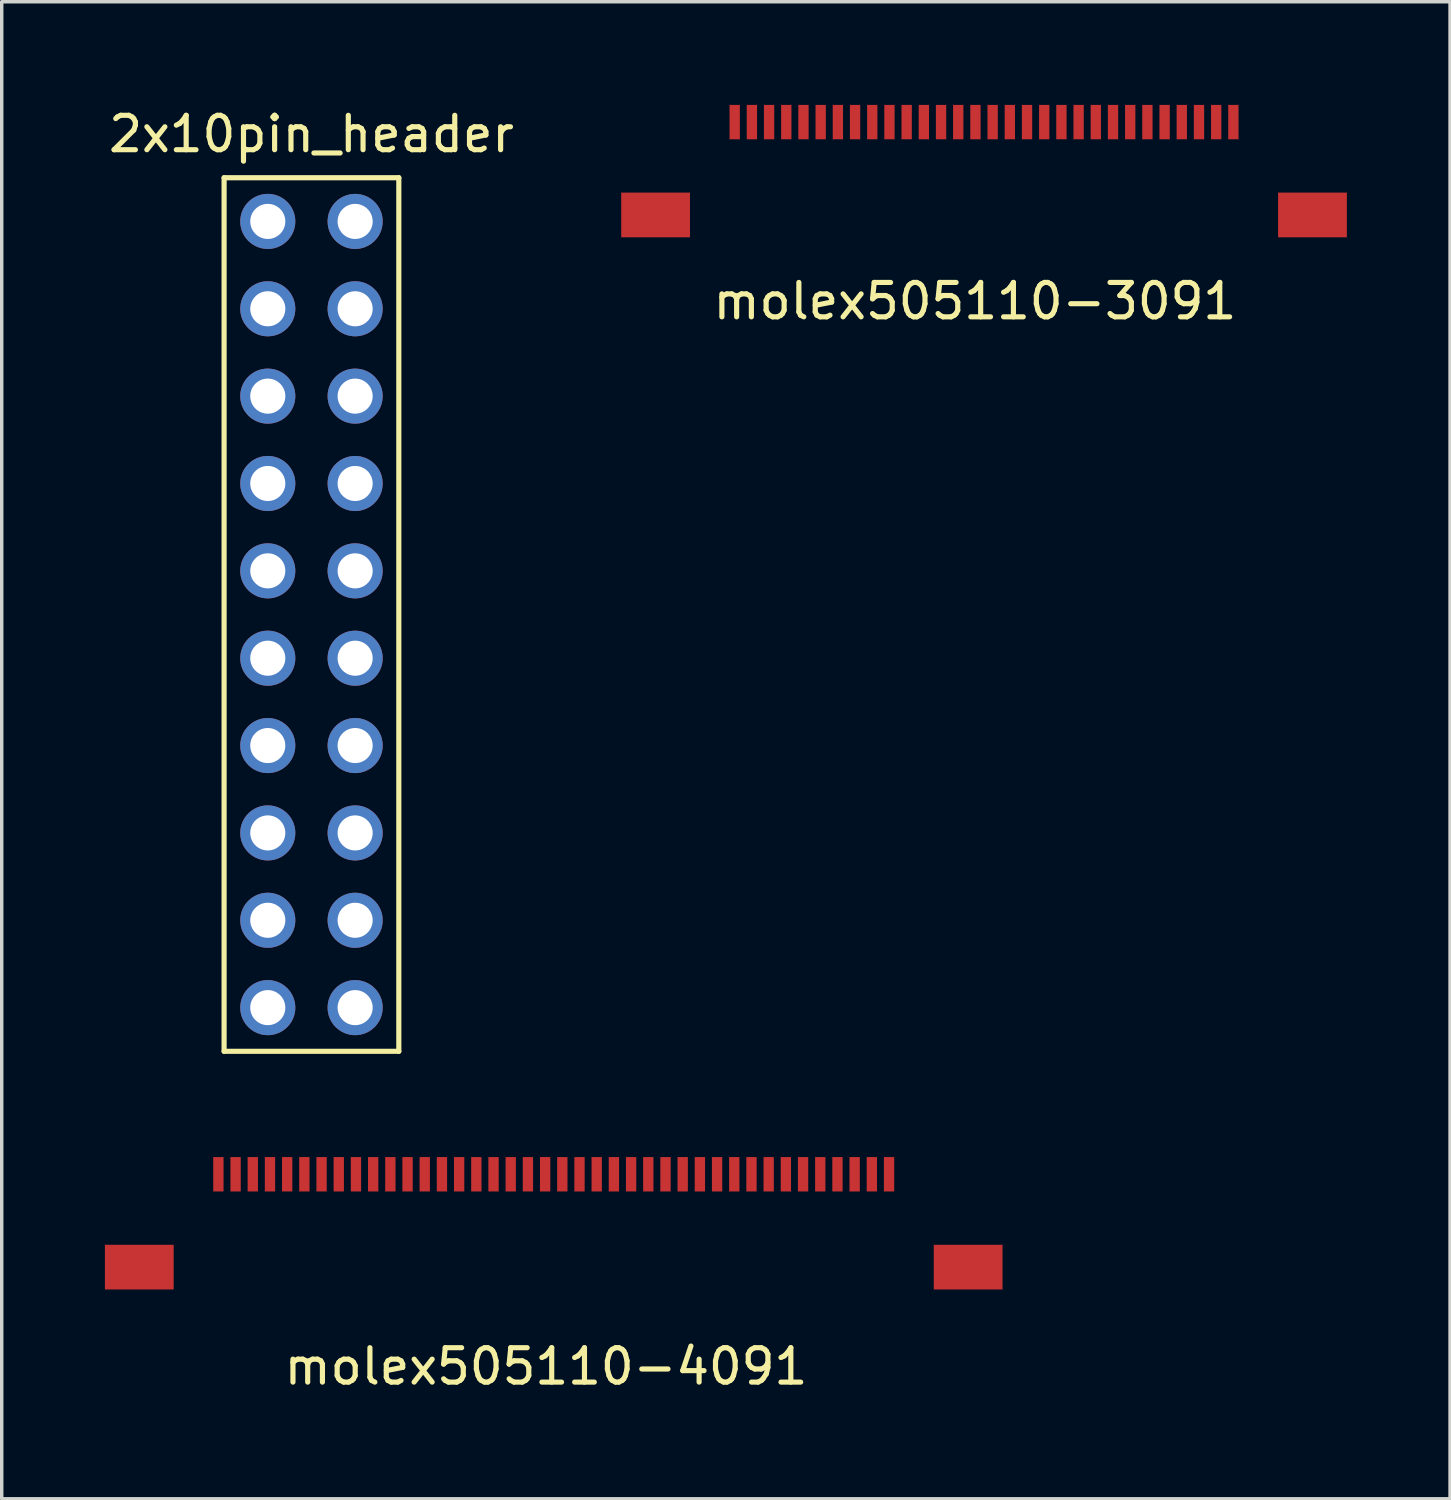
<source format=kicad_pcb>
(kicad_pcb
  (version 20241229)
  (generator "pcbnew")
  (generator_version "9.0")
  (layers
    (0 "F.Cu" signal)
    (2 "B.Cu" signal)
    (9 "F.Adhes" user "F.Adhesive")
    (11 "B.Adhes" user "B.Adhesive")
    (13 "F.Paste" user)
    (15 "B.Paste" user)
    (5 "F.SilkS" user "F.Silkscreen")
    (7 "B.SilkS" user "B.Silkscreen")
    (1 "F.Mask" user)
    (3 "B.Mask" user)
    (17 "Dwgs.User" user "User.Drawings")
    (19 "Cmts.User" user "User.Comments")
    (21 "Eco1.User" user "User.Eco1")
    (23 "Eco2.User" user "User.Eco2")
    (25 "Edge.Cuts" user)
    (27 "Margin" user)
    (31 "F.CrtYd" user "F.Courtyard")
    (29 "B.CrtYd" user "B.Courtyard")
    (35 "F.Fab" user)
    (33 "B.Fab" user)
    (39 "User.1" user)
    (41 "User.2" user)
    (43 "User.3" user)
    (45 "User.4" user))
  (footprint "molex505110-4091"
    (layer "F.Cu")
    (at 12.825 31.093)
    (property "Reference" "molex505110-4091" (at 0 5.588 0) (layer "F.SilkS") (effects (font (size 1 1) (thickness 0.15))))
    (attr through_hole)
    (pad "1" smd rect (at -9.525 0) (size 0.3 1) (layers "F.Cu" "F.Mask" "F.Paste"))
    (pad "2" smd rect (at -9.025 0) (size 0.3 1) (layers "F.Cu" "F.Mask" "F.Paste"))
    (pad "3" smd rect (at -8.525 0) (size 0.3 1) (layers "F.Cu" "F.Mask" "F.Paste"))
    (pad "4" smd rect (at -8.025 0) (size 0.3 1) (layers "F.Cu" "F.Mask" "F.Paste"))
    (pad "5" smd rect (at -7.525 0) (size 0.3 1) (layers "F.Cu" "F.Mask" "F.Paste"))
    (pad "6" smd rect (at -7.025 0) (size 0.3 1) (layers "F.Cu" "F.Mask" "F.Paste"))
    (pad "7" smd rect (at -6.525 0) (size 0.3 1) (layers "F.Cu" "F.Mask" "F.Paste"))
    (pad "8" smd rect (at -6.025 0) (size 0.3 1) (layers "F.Cu" "F.Mask" "F.Paste"))
    (pad "9" smd rect (at -5.525 0) (size 0.3 1) (layers "F.Cu" "F.Mask" "F.Paste"))
    (pad "10" smd rect (at -5.025 0) (size 0.3 1) (layers "F.Cu" "F.Mask" "F.Paste"))
    (pad "11" smd rect (at -4.525 0) (size 0.3 1) (layers "F.Cu" "F.Mask" "F.Paste"))
    (pad "12" smd rect (at -4.025 0) (size 0.3 1) (layers "F.Cu" "F.Mask" "F.Paste"))
    (pad "13" smd rect (at -3.525 0) (size 0.3 1) (layers "F.Cu" "F.Mask" "F.Paste"))
    (pad "14" smd rect (at -3.025 0) (size 0.3 1) (layers "F.Cu" "F.Mask" "F.Paste"))
    (pad "15" smd rect (at -2.525 0) (size 0.3 1) (layers "F.Cu" "F.Mask" "F.Paste"))
    (pad "16" smd rect (at -2.025 0) (size 0.3 1) (layers "F.Cu" "F.Mask" "F.Paste"))
    (pad "17" smd rect (at -1.525 0) (size 0.3 1) (layers "F.Cu" "F.Mask" "F.Paste"))
    (pad "18" smd rect (at -1.025 0) (size 0.3 1) (layers "F.Cu" "F.Mask" "F.Paste"))
    (pad "19" smd rect (at -0.525 0) (size 0.3 1) (layers "F.Cu" "F.Mask" "F.Paste"))
    (pad "20" smd rect (at -0.025 0) (size 0.3 1) (layers "F.Cu" "F.Mask" "F.Paste"))
    (pad "21" smd rect (at 0.475 0) (size 0.3 1) (layers "F.Cu" "F.Mask" "F.Paste"))
    (pad "22" smd rect (at 0.975 0) (size 0.3 1) (layers "F.Cu" "F.Mask" "F.Paste"))
    (pad "23" smd rect (at 1.475 0) (size 0.3 1) (layers "F.Cu" "F.Mask" "F.Paste"))
    (pad "24" smd rect (at 1.975 0) (size 0.3 1) (layers "F.Cu" "F.Mask" "F.Paste"))
    (pad "25" smd rect (at 2.475 0) (size 0.3 1) (layers "F.Cu" "F.Mask" "F.Paste"))
    (pad "26" smd rect (at 2.975 0) (size 0.3 1) (layers "F.Cu" "F.Mask" "F.Paste"))
    (pad "27" smd rect (at 3.475 0) (size 0.3 1) (layers "F.Cu" "F.Mask" "F.Paste"))
    (pad "28" smd rect (at 3.975 0) (size 0.3 1) (layers "F.Cu" "F.Mask" "F.Paste"))
    (pad "29" smd rect (at 4.475 0) (size 0.3 1) (layers "F.Cu" "F.Mask" "F.Paste"))
    (pad "30" smd rect (at 4.975 0) (size 0.3 1) (layers "F.Cu" "F.Mask" "F.Paste"))
    (pad "31" smd rect (at 5.475 0) (size 0.3 1) (layers "F.Cu" "F.Mask" "F.Paste"))
    (pad "32" smd rect (at 5.975 0) (size 0.3 1) (layers "F.Cu" "F.Mask" "F.Paste"))
    (pad "33" smd rect (at 6.475 0) (size 0.3 1) (layers "F.Cu" "F.Mask" "F.Paste"))
    (pad "34" smd rect (at 6.975 0) (size 0.3 1) (layers "F.Cu" "F.Mask" "F.Paste"))
    (pad "35" smd rect (at 7.475 0) (size 0.3 1) (layers "F.Cu" "F.Mask" "F.Paste"))
    (pad "36" smd rect (at 7.975 0) (size 0.3 1) (layers "F.Cu" "F.Mask" "F.Paste"))
    (pad "37" smd rect (at 8.475 0) (size 0.3 1) (layers "F.Cu" "F.Mask" "F.Paste"))
    (pad "38" smd rect (at 8.975 0) (size 0.3 1) (layers "F.Cu" "F.Mask" "F.Paste"))
    (pad "39" smd rect (at 9.475 0) (size 0.3 1) (layers "F.Cu" "F.Mask" "F.Paste"))
    (pad "40" smd rect (at 9.975 0) (size 0.3 1) (layers "F.Cu" "F.Mask" "F.Paste"))
    (pad "41" smd rect (at -11.825 2.7) (size 2 1.3) (layers "F.Cu" "F.Mask" "F.Paste"))
    (pad "42" smd rect (at 12.275 2.7) (size 2 1.3) (layers "F.Cu" "F.Mask" "F.Paste")))
  (footprint "2x10pin_header"
    (layer "F.Cu")
    (at 6.006 14.818)
    (property "Reference" "2x10pin_header" (at 0 -13.97 0) (layer "F.SilkS") (effects (font (size 1 1) (thickness 0.15))))
    (attr through_hole)
    (fp_line (start -2.54 -12.7) (end 2.54 -12.7) (stroke (width 0.15) (type solid)) (layer "F.SilkS"))
    (fp_line (start -2.54 12.7) (end -2.54 -12.7) (stroke (width 0.15) (type solid)) (layer "F.SilkS"))
    (fp_line (start 2.54 -12.7) (end 2.54 12.7) (stroke (width 0.15) (type solid)) (layer "F.SilkS"))
    (fp_line (start 2.54 12.7) (end -2.54 12.7) (stroke (width 0.15) (type solid)) (layer "F.SilkS"))
    (pad "1" thru_hole circle (at -1.27 -11.43) (size 1.602 1.602) (drill 1.02) (layers "*.Cu" "*.Mask"))
    (pad "2" thru_hole circle (at 1.27 -11.43) (size 1.602 1.602) (drill 1.02) (layers "*.Cu" "*.Mask"))
    (pad "3" thru_hole circle (at -1.27 -8.89) (size 1.602 1.602) (drill 1.02) (layers "*.Cu" "*.Mask"))
    (pad "4" thru_hole circle (at 1.27 -8.89) (size 1.602 1.602) (drill 1.02) (layers "*.Cu" "*.Mask"))
    (pad "5" thru_hole circle (at -1.27 -6.35) (size 1.602 1.602) (drill 1.02) (layers "*.Cu" "*.Mask"))
    (pad "6" thru_hole circle (at 1.27 -6.35) (size 1.602 1.602) (drill 1.02) (layers "*.Cu" "*.Mask"))
    (pad "7" thru_hole circle (at -1.27 -3.81) (size 1.602 1.602) (drill 1.02) (layers "*.Cu" "*.Mask"))
    (pad "8" thru_hole circle (at 1.27 -3.81) (size 1.602 1.602) (drill 1.02) (layers "*.Cu" "*.Mask"))
    (pad "9" thru_hole circle (at -1.27 -1.27) (size 1.602 1.602) (drill 1.02) (layers "*.Cu" "*.Mask"))
    (pad "10" thru_hole circle (at 1.27 -1.27) (size 1.602 1.602) (drill 1.02) (layers "*.Cu" "*.Mask"))
    (pad "11" thru_hole circle (at -1.27 1.27) (size 1.602 1.602) (drill 1.02) (layers "*.Cu" "*.Mask"))
    (pad "12" thru_hole circle (at 1.27 1.27) (size 1.602 1.602) (drill 1.02) (layers "*.Cu" "*.Mask"))
    (pad "13" thru_hole circle (at -1.27 3.81) (size 1.602 1.602) (drill 1.02) (layers "*.Cu" "*.Mask"))
    (pad "14" thru_hole circle (at 1.27 3.81) (size 1.602 1.602) (drill 1.02) (layers "*.Cu" "*.Mask"))
    (pad "15" thru_hole circle (at -1.27 6.35) (size 1.602 1.602) (drill 1.02) (layers "*.Cu" "*.Mask"))
    (pad "16" thru_hole circle (at 1.27 6.35) (size 1.602 1.602) (drill 1.02) (layers "*.Cu" "*.Mask"))
    (pad "17" thru_hole circle (at -1.27 8.89) (size 1.602 1.602) (drill 1.02) (layers "*.Cu" "*.Mask"))
    (pad "18" thru_hole circle (at 1.27 8.89) (size 1.602 1.602) (drill 1.02) (layers "*.Cu" "*.Mask"))
    (pad "19" thru_hole circle (at -1.27 11.43) (size 1.602 1.602) (drill 1.02) (layers "*.Cu" "*.Mask"))
    (pad "20" thru_hole circle (at 1.27 11.43) (size 1.602 1.602) (drill 1.02) (layers "*.Cu" "*.Mask")))
  (footprint "molex505110-3091"
    (layer "F.Cu")
    (at 25.297 0.5)
    (property "Reference" "molex505110-3091" (at 0 5.207 0) (layer "F.SilkS") (effects (font (size 1 1) (thickness 0.15))))
    (attr through_hole)
    (pad "1" smd rect (at -6.985 0) (size 0.3 1) (layers "F.Cu" "F.Mask" "F.Paste"))
    (pad "2" smd rect (at -6.485 0) (size 0.3 1) (layers "F.Cu" "F.Mask" "F.Paste"))
    (pad "3" smd rect (at -5.985 0) (size 0.3 1) (layers "F.Cu" "F.Mask" "F.Paste"))
    (pad "4" smd rect (at -5.485 0) (size 0.3 1) (layers "F.Cu" "F.Mask" "F.Paste"))
    (pad "5" smd rect (at -4.985 0) (size 0.3 1) (layers "F.Cu" "F.Mask" "F.Paste"))
    (pad "6" smd rect (at -4.485 0) (size 0.3 1) (layers "F.Cu" "F.Mask" "F.Paste"))
    (pad "7" smd rect (at -3.985 0) (size 0.3 1) (layers "F.Cu" "F.Mask" "F.Paste"))
    (pad "8" smd rect (at -3.485 0) (size 0.3 1) (layers "F.Cu" "F.Mask" "F.Paste"))
    (pad "9" smd rect (at -2.985 0) (size 0.3 1) (layers "F.Cu" "F.Mask" "F.Paste"))
    (pad "10" smd rect (at -2.485 0) (size 0.3 1) (layers "F.Cu" "F.Mask" "F.Paste"))
    (pad "11" smd rect (at -1.985 0) (size 0.3 1) (layers "F.Cu" "F.Mask" "F.Paste"))
    (pad "12" smd rect (at -1.485 0) (size 0.3 1) (layers "F.Cu" "F.Mask" "F.Paste"))
    (pad "13" smd rect (at -0.985 0) (size 0.3 1) (layers "F.Cu" "F.Mask" "F.Paste"))
    (pad "14" smd rect (at -0.485 0) (size 0.3 1) (layers "F.Cu" "F.Mask" "F.Paste"))
    (pad "15" smd rect (at 0.015 0) (size 0.3 1) (layers "F.Cu" "F.Mask" "F.Paste"))
    (pad "16" smd rect (at 0.515 0) (size 0.3 1) (layers "F.Cu" "F.Mask" "F.Paste"))
    (pad "17" smd rect (at 1.015 0) (size 0.3 1) (layers "F.Cu" "F.Mask" "F.Paste"))
    (pad "18" smd rect (at 1.515 0) (size 0.3 1) (layers "F.Cu" "F.Mask" "F.Paste"))
    (pad "19" smd rect (at 2.015 0) (size 0.3 1) (layers "F.Cu" "F.Mask" "F.Paste"))
    (pad "20" smd rect (at 2.515 0) (size 0.3 1) (layers "F.Cu" "F.Mask" "F.Paste"))
    (pad "21" smd rect (at 3.015 0) (size 0.3 1) (layers "F.Cu" "F.Mask" "F.Paste"))
    (pad "22" smd rect (at 3.515 0) (size 0.3 1) (layers "F.Cu" "F.Mask" "F.Paste"))
    (pad "23" smd rect (at 4.015 0) (size 0.3 1) (layers "F.Cu" "F.Mask" "F.Paste"))
    (pad "24" smd rect (at 4.515 0) (size 0.3 1) (layers "F.Cu" "F.Mask" "F.Paste"))
    (pad "25" smd rect (at 5.015 0) (size 0.3 1) (layers "F.Cu" "F.Mask" "F.Paste"))
    (pad "26" smd rect (at 5.515 0) (size 0.3 1) (layers "F.Cu" "F.Mask" "F.Paste"))
    (pad "27" smd rect (at 6.015 0) (size 0.3 1) (layers "F.Cu" "F.Mask" "F.Paste"))
    (pad "28" smd rect (at 6.515 0) (size 0.3 1) (layers "F.Cu" "F.Mask" "F.Paste"))
    (pad "29" smd rect (at 7.015 0) (size 0.3 1) (layers "F.Cu" "F.Mask" "F.Paste"))
    (pad "30" smd rect (at 7.515 0) (size 0.3 1) (layers "F.Cu" "F.Mask" "F.Paste"))
    (pad "31" smd rect (at -9.285 2.7) (size 2 1.3) (layers "F.Cu" "F.Mask" "F.Paste"))
    (pad "32" smd rect (at 9.815 2.7) (size 2 1.3) (layers "F.Cu" "F.Mask" "F.Paste")))
  (gr_rect
    (start -3 -3)
    (end 39.112 40.529)
    (stroke (width 0.1) (type default))
    (fill no)
    (layer "Edge.Cuts")))
</source>
